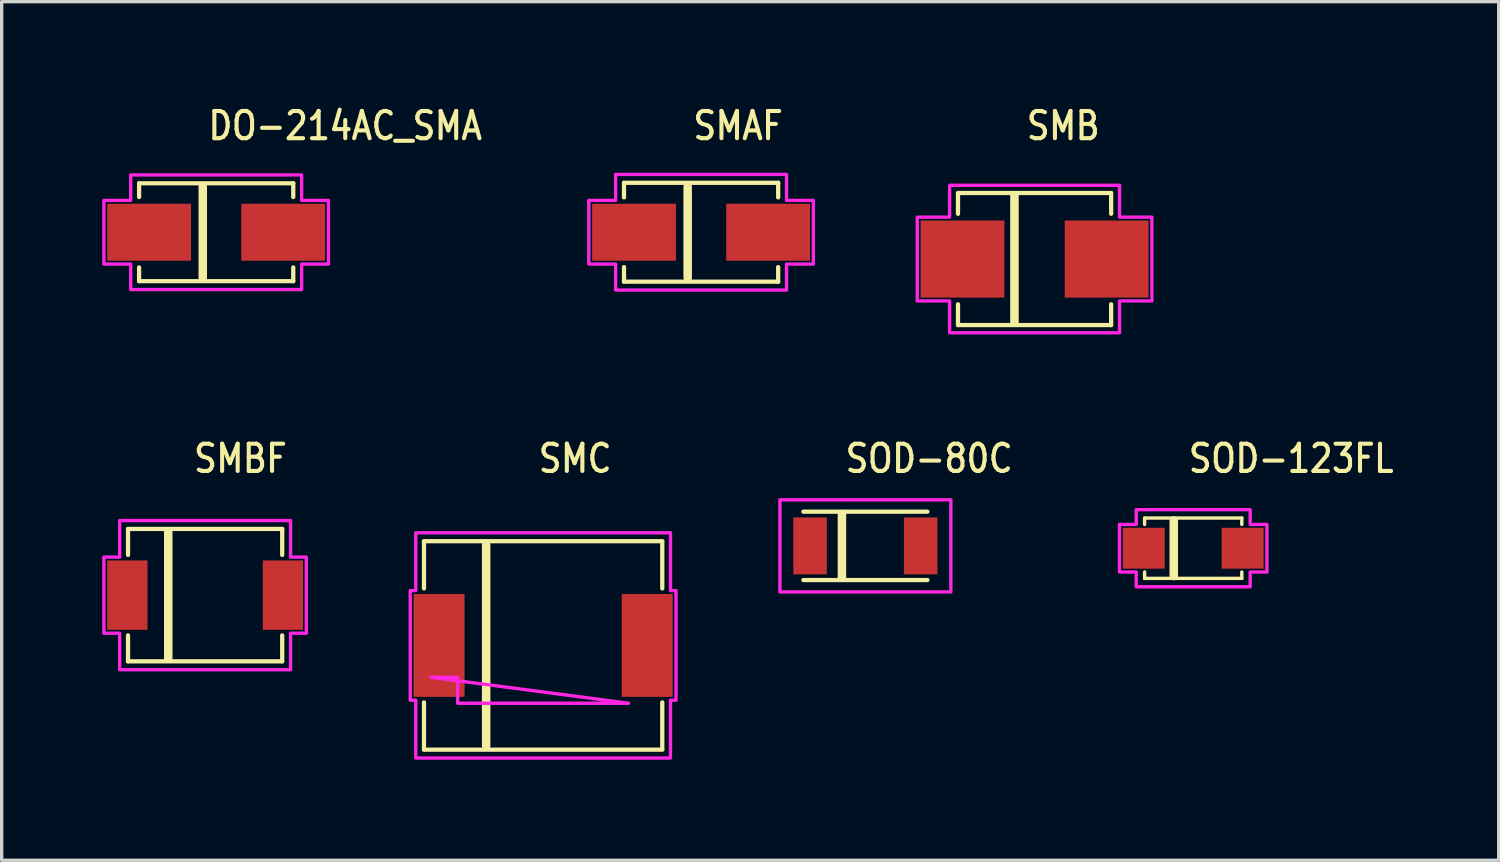
<source format=kicad_pcb>
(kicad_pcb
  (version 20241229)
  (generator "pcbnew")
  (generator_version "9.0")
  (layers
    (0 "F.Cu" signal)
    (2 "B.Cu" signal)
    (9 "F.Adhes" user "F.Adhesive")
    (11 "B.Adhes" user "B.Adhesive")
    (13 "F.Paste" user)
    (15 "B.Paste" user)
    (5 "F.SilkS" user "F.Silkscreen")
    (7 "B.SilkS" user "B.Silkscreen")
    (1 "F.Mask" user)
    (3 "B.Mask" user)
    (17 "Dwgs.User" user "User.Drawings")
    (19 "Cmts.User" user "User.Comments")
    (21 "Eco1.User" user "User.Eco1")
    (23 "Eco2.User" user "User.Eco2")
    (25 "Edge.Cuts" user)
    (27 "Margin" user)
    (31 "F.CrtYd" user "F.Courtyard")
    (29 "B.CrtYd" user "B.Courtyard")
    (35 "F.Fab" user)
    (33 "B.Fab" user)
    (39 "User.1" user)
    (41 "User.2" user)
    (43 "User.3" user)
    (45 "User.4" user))
  (footprint "SMAF"
    (layer "F.Cu")
    (at 17.868 3.879)
    (property "Reference" "SMAF" (at -0.3 -2.7 0) (unlocked yes) (layer "F.SilkS") (effects (font (size 0.813 0.695) (thickness 0.122)) (justify left bottom)))
    (fp_line (start -2.3 -1.475) (end -2.3 -1.04) (stroke (width 0.127) (type solid)) (layer "F.SilkS"))
    (fp_line (start -2.3 -1.475) (end 2.3 -1.475) (stroke (width 0.127) (type solid)) (layer "F.SilkS"))
    (fp_line (start -2.3 1.475) (end -2.3 1.04) (stroke (width 0.127) (type solid)) (layer "F.SilkS"))
    (fp_line (start -2.3 1.475) (end 2.3 1.475) (stroke (width 0.127) (type solid)) (layer "F.SilkS"))
    (fp_line (start -0.4 -1.36) (end -0.4 1.36) (stroke (width 0.254) (type solid)) (layer "F.SilkS"))
    (fp_line (start 2.3 -1.475) (end 2.3 -1.04) (stroke (width 0.127) (type solid)) (layer "F.SilkS"))
    (fp_line (start 2.3 1.475) (end 2.3 1.04) (stroke (width 0.127) (type solid)) (layer "F.SilkS"))
    (fp_poly (pts (xy -3.35 -0.95) (xy -2.55 -0.95) (xy -2.55 -1.725) (xy 2.55 -1.725) (xy 2.55 -0.95) (xy 3.35 -0.95) (xy 3.35 0.95) (xy 2.55 0.95) (xy 2.55 1.725) (xy -2.55 1.725) (xy -2.55 0.95) (xy -3.35 0.95)) (stroke (width 0.1) (type solid)) (fill no) (layer "F.CrtYd"))
    (pad "ANODE" smd rect (at 2 0) (size 2.5 1.7) (layers "F.Cu" "F.Mask" "F.Paste"))
    (pad "CATHODE" smd rect (at -2 0) (size 2.5 1.7) (layers "F.Cu" "F.Mask" "F.Paste")))
  (footprint "SOD-123FL"
    (layer "F.Cu")
    (at 32.551 13.307)
    (property "Reference" "SOD-123FL" (at -0.2 -2.2 0) (unlocked yes) (layer "F.SilkS") (effects (font (size 0.813 0.695) (thickness 0.122)) (justify left bottom)))
    (fp_line (start -1.45 -0.9) (end -1.45 -0.71) (stroke (width 0.102) (type solid)) (layer "F.SilkS"))
    (fp_line (start -1.45 0.71) (end -1.45 0.9) (stroke (width 0.102) (type solid)) (layer "F.SilkS"))
    (fp_line (start -1.45 0.9) (end 1.45 0.9) (stroke (width 0.102) (type solid)) (layer "F.SilkS"))
    (fp_line (start -0.58 -0.83) (end -0.58 0.83) (stroke (width 0.254) (type solid)) (layer "F.SilkS"))
    (fp_line (start 1.45 -0.9) (end -1.45 -0.9) (stroke (width 0.102) (type solid)) (layer "F.SilkS"))
    (fp_line (start 1.45 -0.71) (end 1.45 -0.9) (stroke (width 0.102) (type solid)) (layer "F.SilkS"))
    (fp_line (start 1.45 0.9) (end 1.45 0.71) (stroke (width 0.102) (type solid)) (layer "F.SilkS"))
    (fp_poly (pts (xy -2.2 -0.71) (xy -1.7 -0.71) (xy -1.7 -1.15) (xy 1.7 -1.15) (xy 1.7 -0.71) (xy 2.2 -0.71) (xy 2.2 0.71) (xy 1.7 0.71) (xy 1.7 1.15) (xy -1.7 1.15) (xy -1.7 0.71) (xy -2.2 0.71)) (stroke (width 0.1) (type solid)) (fill no) (layer "F.CrtYd"))
    (pad "ANODE" smd rect (at 1.475 0) (size 1.25 1.22) (layers "F.Cu" "F.Mask" "F.Paste"))
    (pad "CATHODE" smd rect (at -1.475 0) (size 1.25 1.22) (layers "F.Cu" "F.Mask" "F.Paste")))
  (footprint "SOD-80C"
    (layer "F.Cu")
    (at 22.77 13.237)
    (property "Reference" "SOD-80C" (at -0.66 -2.13 0) (unlocked yes) (layer "F.SilkS") (effects (font (size 0.813 0.695) (thickness 0.122)) (justify left bottom)))
    (fp_line (start -1.85 -1.02) (end 1.85 -1.02) (stroke (width 0.127) (type solid)) (layer "F.SilkS"))
    (fp_line (start -1.85 1.02) (end 1.85 1.02) (stroke (width 0.127) (type solid)) (layer "F.SilkS"))
    (fp_line (start -0.7 -0.95) (end -0.7 0.95) (stroke (width 0.254) (type solid)) (layer "F.SilkS"))
    (fp_poly (pts (xy -2.55 -1.375) (xy 2.55 -1.375) (xy 2.55 1.375) (xy -2.55 1.375)) (stroke (width 0.1) (type solid)) (fill no) (layer "F.CrtYd"))
    (pad "ANODE" smd rect (at 1.65 0) (size 1 1.7) (layers "F.Cu" "F.Mask" "F.Paste"))
    (pad "CATHODE" smd rect (at -1.65 0) (size 1 1.7) (layers "F.Cu" "F.Mask" "F.Paste")))
  (footprint "SMBF"
    (layer "F.Cu")
    (at 3.07 14.707)
    (property "Reference" "SMBF" (at -0.4 -3.6 0) (unlocked yes) (layer "F.SilkS") (effects (font (size 0.813 0.695) (thickness 0.122)) (justify left bottom)))
    (fp_line (start -2.3 -1.975) (end -2.3 -1.2) (stroke (width 0.127) (type solid)) (layer "F.SilkS"))
    (fp_line (start -2.3 -1.975) (end 2.3 -1.975) (stroke (width 0.127) (type solid)) (layer "F.SilkS"))
    (fp_line (start -2.3 1.975) (end -2.3 1.2) (stroke (width 0.127) (type solid)) (layer "F.SilkS"))
    (fp_line (start -2.3 1.975) (end 2.3 1.975) (stroke (width 0.127) (type solid)) (layer "F.SilkS"))
    (fp_line (start -1.1 -1.9) (end -1.1 1.9) (stroke (width 0.254) (type solid)) (layer "F.SilkS"))
    (fp_line (start 2.3 -1.975) (end 2.3 -1.2) (stroke (width 0.127) (type solid)) (layer "F.SilkS"))
    (fp_line (start 2.3 1.975) (end 2.3 1.2) (stroke (width 0.127) (type solid)) (layer "F.SilkS"))
    (fp_poly (pts (xy -3.02 -1.135) (xy -2.55 -1.135) (xy -2.55 -2.225) (xy 2.55 -2.225) (xy 2.55 -1.135) (xy 3.02 -1.135) (xy 3.02 1.135) (xy 2.55 1.135) (xy 2.55 2.225) (xy -2.55 2.225) (xy -2.55 1.135) (xy -3.02 1.135)) (stroke (width 0.1) (type solid)) (fill no) (layer "F.CrtYd"))
    (pad "ANODE" smd rect (at 2.32 0) (size 1.2 2.07) (layers "F.Cu" "F.Mask" "F.Paste"))
    (pad "CATHODE" smd rect (at -2.32 0) (size 1.2 2.07) (layers "F.Cu" "F.Mask" "F.Paste")))
  (footprint "SMC"
    (layer "F.Cu")
    (at 13.155 16.207)
    (property "Reference" "SMC" (at -0.2 -5.1 0) (unlocked yes) (layer "F.SilkS") (effects (font (size 0.813 0.695) (thickness 0.122)) (justify left bottom)))
    (fp_line (start -3.555 -3.11) (end 3.555 -3.11) (stroke (width 0.127) (type solid)) (layer "F.SilkS"))
    (fp_line (start -3.555 -3.1) (end -3.555 -1.7) (stroke (width 0.127) (type solid)) (layer "F.SilkS"))
    (fp_line (start -3.555 3.1) (end -3.555 1.7) (stroke (width 0.127) (type solid)) (layer "F.SilkS"))
    (fp_line (start -3.555 3.11) (end 3.555 3.11) (stroke (width 0.127) (type solid)) (layer "F.SilkS"))
    (fp_line (start -1.7 -3) (end -1.7 3) (stroke (width 0.254) (type solid)) (layer "F.SilkS"))
    (fp_line (start 3.555 -3.1) (end 3.555 -1.7) (stroke (width 0.127) (type solid)) (layer "F.SilkS"))
    (fp_line (start 3.555 3.1) (end 3.555 1.7) (stroke (width 0.127) (type solid)) (layer "F.SilkS"))
    (fp_poly (pts (xy 2.55 1.725) (xy -2.55 1.725) (xy -2.55 0.95) (xy -3.35 0.95)) (stroke (width 0.1) (type solid)) (fill no) (layer "F.CrtYd"))
    (fp_poly (pts (xy -3.965 -1.635) (xy -3.8 -1.635) (xy -3.8 -3.36) (xy 3.8 -3.36) (xy 3.8 -1.635) (xy 3.965 -1.635) (xy 3.965 1.635) (xy 3.8 1.635) (xy 3.8 3.36) (xy -3.8 3.36) (xy -3.8 1.635) (xy -3.965 1.635)) (stroke (width 0.1) (type solid)) (fill no) (layer "F.CrtYd"))
    (pad "ANODE" smd rect (at 3.105 0) (size 1.52 3.07) (layers "F.Cu" "F.Mask" "F.Paste"))
    (pad "CATHODE" smd rect (at -3.105 0) (size 1.52 3.07) (layers "F.Cu" "F.Mask" "F.Paste")))
  (footprint "SMB"
    (layer "F.Cu")
    (at 27.818 4.679)
    (property "Reference" "SMB" (at -0.3 -3.5 0) (unlocked yes) (layer "F.SilkS") (effects (font (size 0.813 0.695) (thickness 0.122)) (justify left bottom)))
    (fp_line (start -2.285 -1.97) (end -2.285 -1.35) (stroke (width 0.127) (type solid)) (layer "F.SilkS"))
    (fp_line (start -2.285 1.97) (end -2.285 1.35) (stroke (width 0.127) (type solid)) (layer "F.SilkS"))
    (fp_line (start -2.28 -1.97) (end 2.28 -1.97) (stroke (width 0.127) (type solid)) (layer "F.SilkS"))
    (fp_line (start -2.28 1.97) (end 2.28 1.97) (stroke (width 0.127) (type solid)) (layer "F.SilkS"))
    (fp_line (start -0.6 -1.9) (end -0.6 1.9) (stroke (width 0.254) (type solid)) (layer "F.SilkS"))
    (fp_line (start 2.285 -1.97) (end 2.285 -1.35) (stroke (width 0.127) (type solid)) (layer "F.SilkS"))
    (fp_line (start 2.285 1.97) (end 2.285 1.35) (stroke (width 0.127) (type solid)) (layer "F.SilkS"))
    (fp_poly (pts (xy -3.5 -1.25) (xy -2.535 -1.25) (xy -2.535 -2.2) (xy 2.535 -2.2) (xy 2.535 -1.25) (xy 3.5 -1.25) (xy 3.5 1.25) (xy 2.535 1.25) (xy 2.535 2.2) (xy -2.535 2.2) (xy -2.535 1.25) (xy -3.5 1.25)) (stroke (width 0.1) (type solid)) (fill no) (layer "F.CrtYd"))
    (pad "ANODE" smd rect (at 2.15 0) (size 2.5 2.3) (layers "F.Cu" "F.Mask" "F.Paste"))
    (pad "CATHODE" smd rect (at -2.15 0) (size 2.5 2.3) (layers "F.Cu" "F.Mask" "F.Paste")))
  (footprint "DO-214AC_SMA"
    (layer "F.Cu")
    (at 3.4 3.879)
    (property "Reference" "DO-214AC_SMA" (at -0.3 -2.7 0) (unlocked yes) (layer "F.SilkS") (effects (font (size 0.813 0.695) (thickness 0.122)) (justify left bottom)))
    (fp_line (start -2.3 -1.46) (end -2.3 -1.05) (stroke (width 0.127) (type solid)) (layer "F.SilkS"))
    (fp_line (start -2.3 -1.46) (end 2.3 -1.46) (stroke (width 0.127) (type solid)) (layer "F.SilkS"))
    (fp_line (start -2.3 1.05) (end -2.3 1.46) (stroke (width 0.127) (type solid)) (layer "F.SilkS"))
    (fp_line (start -2.3 1.46) (end 2.3 1.46) (stroke (width 0.127) (type solid)) (layer "F.SilkS"))
    (fp_line (start -0.4 -1.36) (end -0.4 1.36) (stroke (width 0.254) (type solid)) (layer "F.SilkS"))
    (fp_line (start 2.3 -1.46) (end 2.3 -1.05) (stroke (width 0.127) (type solid)) (layer "F.SilkS"))
    (fp_line (start 2.3 1.46) (end 2.3 1.05) (stroke (width 0.127) (type solid)) (layer "F.SilkS"))
    (fp_poly (pts (xy -3.35 -0.95) (xy -2.55 -0.95) (xy -2.55 -1.71) (xy 2.55 -1.71) (xy 2.55 -0.95) (xy 3.35 -0.95) (xy 3.35 0.95) (xy 2.55 0.95) (xy 2.55 1.71) (xy -2.55 1.71) (xy -2.55 0.95) (xy -3.35 0.95)) (stroke (width 0.1) (type solid)) (fill no) (layer "F.CrtYd"))
    (pad "ANODE" smd rect (at 2 0) (size 2.5 1.7) (layers "F.Cu" "F.Mask" "F.Paste"))
    (pad "CATHODE" smd rect (at -2 0) (size 2.5 1.7) (layers "F.Cu" "F.Mask" "F.Paste")))
  (gr_rect
    (start -3 -3)
    (end 41.666 22.617)
    (stroke (width 0.1) (type default))
    (fill no)
    (layer "Edge.Cuts")))
</source>
